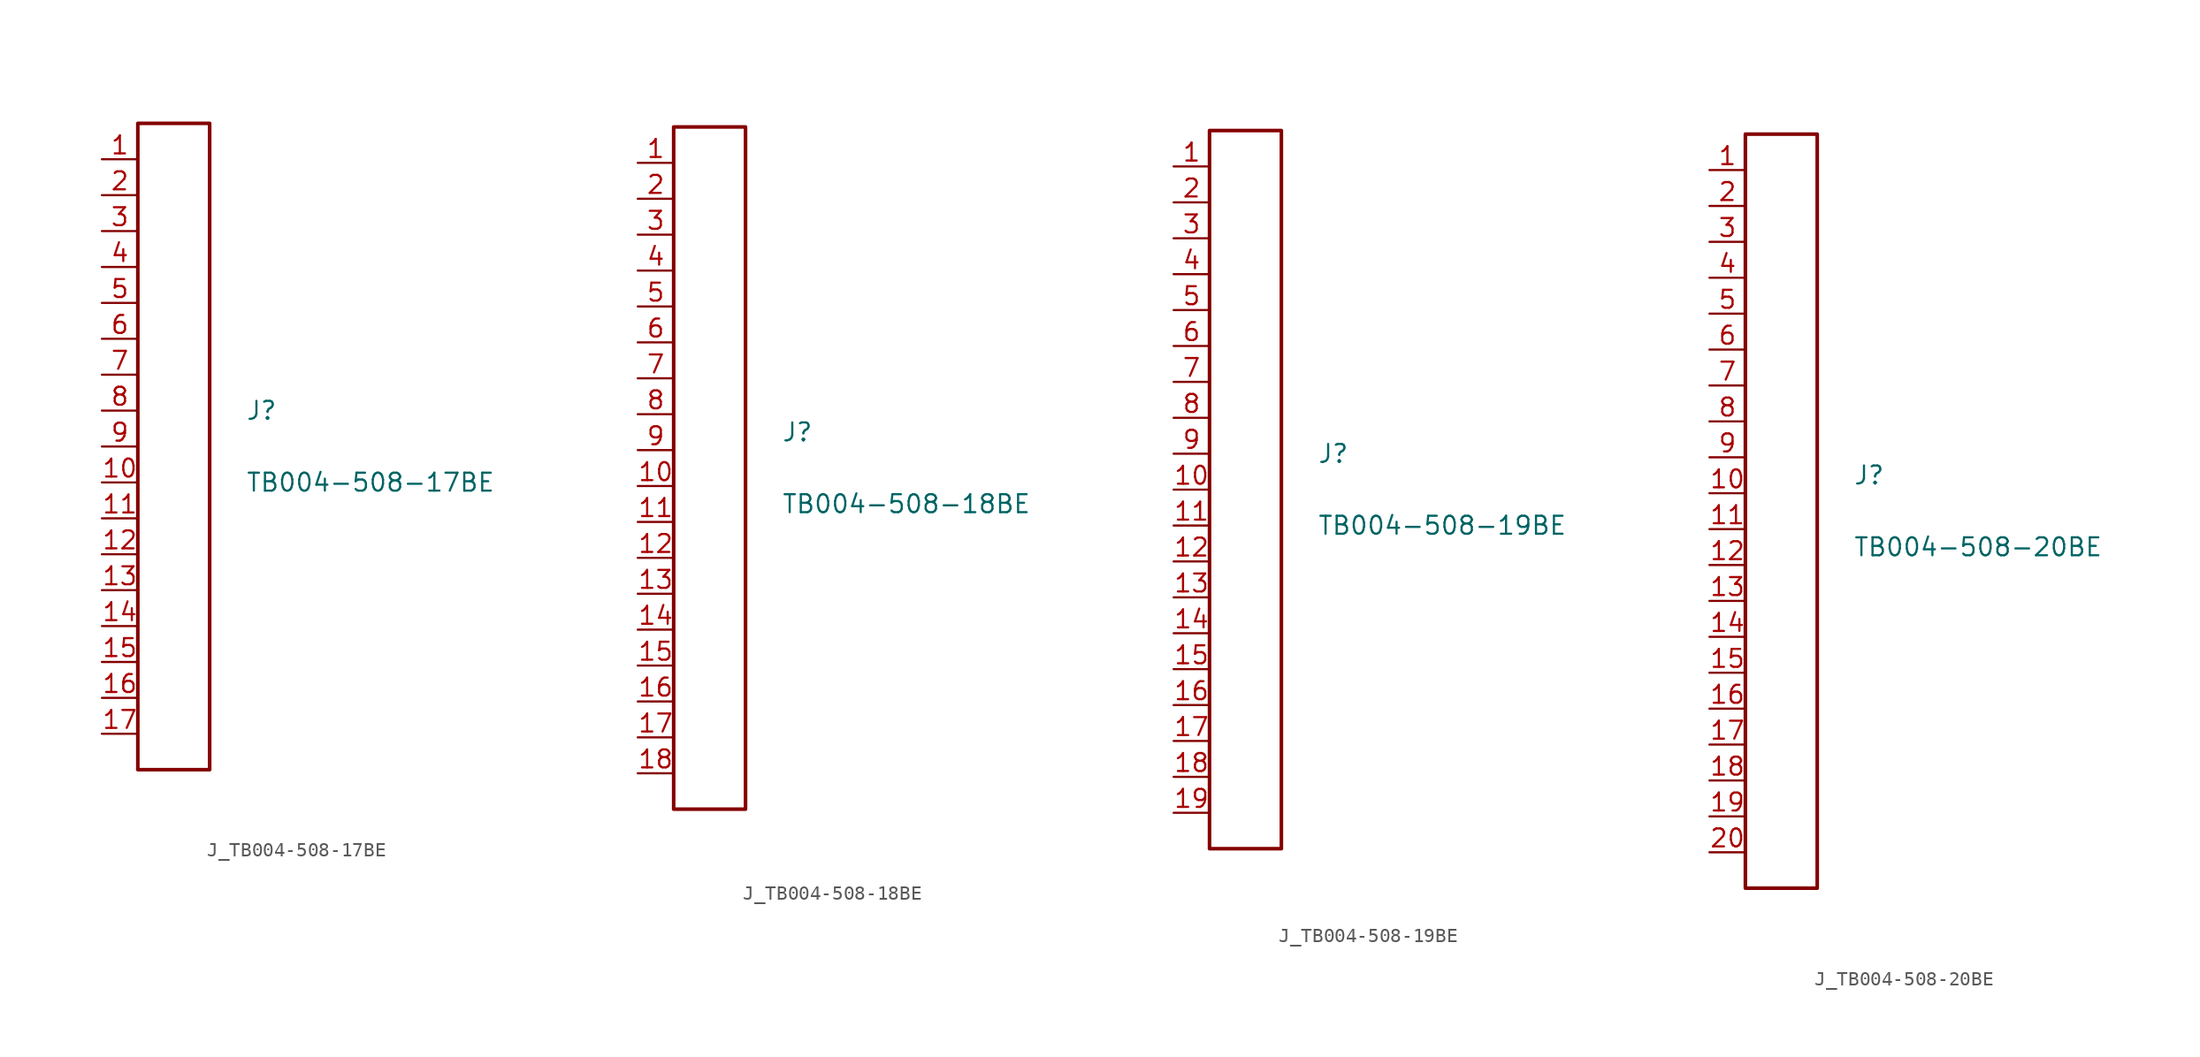
<source format=kicad_sym>
(kicad_symbol_lib
  (version 20231120)
  (generator kicad_symbol_editor)
  (generator_version 8.0)
  (symbol "J_TB004-508-17BE"
    (pin_names
      (offset 0.254))
    (property "Reference" "J"
      (at 5.08 2.54 0)
      (effects (font (size 1.27 1.27)) (justify left)))
    (property "Value" "TB004-508-17BE"
      (at 5.08 -2.54 0)
      (effects (font (size 1.27 1.27)) (justify left)))
    (symbol "J_TB004-508-17BE_0_0"
      (pin unspecified line (at -5.08 20.32 0) (length 2.54) (name "" (effects (font (size 1.27 1.27)))) (number "1" (effects (font (size 1.27 1.27)))))
      (pin unspecified line (at -5.08 17.78 0) (length 2.54) (name "" (effects (font (size 1.27 1.27)))) (number "2" (effects (font (size 1.27 1.27)))))
      (pin unspecified line (at -5.08 15.24 0) (length 2.54) (name "" (effects (font (size 1.27 1.27)))) (number "3" (effects (font (size 1.27 1.27)))))
      (pin unspecified line (at -5.08 12.7 0) (length 2.54) (name "" (effects (font (size 1.27 1.27)))) (number "4" (effects (font (size 1.27 1.27)))))
      (pin unspecified line (at -5.08 10.16 0) (length 2.54) (name "" (effects (font (size 1.27 1.27)))) (number "5" (effects (font (size 1.27 1.27)))))
      (pin unspecified line (at -5.08 7.62 0) (length 2.54) (name "" (effects (font (size 1.27 1.27)))) (number "6" (effects (font (size 1.27 1.27)))))
      (pin unspecified line (at -5.08 5.08 0) (length 2.54) (name "" (effects (font (size 1.27 1.27)))) (number "7" (effects (font (size 1.27 1.27)))))
      (pin unspecified line (at -5.08 2.54 0) (length 2.54) (name "" (effects (font (size 1.27 1.27)))) (number "8" (effects (font (size 1.27 1.27)))))
      (pin unspecified line (at -5.08 0.0 0) (length 2.54) (name "" (effects (font (size 1.27 1.27)))) (number "9" (effects (font (size 1.27 1.27)))))
      (pin unspecified line (at -5.08 -2.54 0) (length 2.54) (name "" (effects (font (size 1.27 1.27)))) (number "10" (effects (font (size 1.27 1.27)))))
      (pin unspecified line (at -5.08 -5.08 0) (length 2.54) (name "" (effects (font (size 1.27 1.27)))) (number "11" (effects (font (size 1.27 1.27)))))
      (pin unspecified line (at -5.08 -7.62 0) (length 2.54) (name "" (effects (font (size 1.27 1.27)))) (number "12" (effects (font (size 1.27 1.27)))))
      (pin unspecified line (at -5.08 -10.16 0) (length 2.54) (name "" (effects (font (size 1.27 1.27)))) (number "13" (effects (font (size 1.27 1.27)))))
      (pin unspecified line (at -5.08 -12.7 0) (length 2.54) (name "" (effects (font (size 1.27 1.27)))) (number "14" (effects (font (size 1.27 1.27)))))
      (pin unspecified line (at -5.08 -15.24 0) (length 2.54) (name "" (effects (font (size 1.27 1.27)))) (number "15" (effects (font (size 1.27 1.27)))))
      (pin unspecified line (at -5.08 -17.78 0) (length 2.54) (name "" (effects (font (size 1.27 1.27)))) (number "16" (effects (font (size 1.27 1.27)))))
      (pin unspecified line (at -5.08 -20.32 0) (length 2.54) (name "" (effects (font (size 1.27 1.27)))) (number "17" (effects (font (size 1.27 1.27))))))
    (symbol "J_TB004-508-17BE_1_0"
      (rectangle (start -2.54 22.86) (end 2.54 -22.86) (stroke (width 0.254) (type solid)) (fill (type none)))))
  (symbol "J_TB004-508-18BE"
    (pin_names
      (offset 0.254))
    (property "Reference" "J"
      (at 5.08 2.54 0)
      (effects (font (size 1.27 1.27)) (justify left)))
    (property "Value" "TB004-508-18BE"
      (at 5.08 -2.54 0)
      (effects (font (size 1.27 1.27)) (justify left)))
    (symbol "J_TB004-508-18BE_0_0"
      (pin unspecified line (at -5.08 21.59 0) (length 2.54) (name "" (effects (font (size 1.27 1.27)))) (number "1" (effects (font (size 1.27 1.27)))))
      (pin unspecified line (at -5.08 19.05 0) (length 2.54) (name "" (effects (font (size 1.27 1.27)))) (number "2" (effects (font (size 1.27 1.27)))))
      (pin unspecified line (at -5.08 16.51 0) (length 2.54) (name "" (effects (font (size 1.27 1.27)))) (number "3" (effects (font (size 1.27 1.27)))))
      (pin unspecified line (at -5.08 13.97 0) (length 2.54) (name "" (effects (font (size 1.27 1.27)))) (number "4" (effects (font (size 1.27 1.27)))))
      (pin unspecified line (at -5.08 11.43 0) (length 2.54) (name "" (effects (font (size 1.27 1.27)))) (number "5" (effects (font (size 1.27 1.27)))))
      (pin unspecified line (at -5.08 8.89 0) (length 2.54) (name "" (effects (font (size 1.27 1.27)))) (number "6" (effects (font (size 1.27 1.27)))))
      (pin unspecified line (at -5.08 6.35 0) (length 2.54) (name "" (effects (font (size 1.27 1.27)))) (number "7" (effects (font (size 1.27 1.27)))))
      (pin unspecified line (at -5.08 3.81 0) (length 2.54) (name "" (effects (font (size 1.27 1.27)))) (number "8" (effects (font (size 1.27 1.27)))))
      (pin unspecified line (at -5.08 1.27 0) (length 2.54) (name "" (effects (font (size 1.27 1.27)))) (number "9" (effects (font (size 1.27 1.27)))))
      (pin unspecified line (at -5.08 -1.27 0) (length 2.54) (name "" (effects (font (size 1.27 1.27)))) (number "10" (effects (font (size 1.27 1.27)))))
      (pin unspecified line (at -5.08 -3.81 0) (length 2.54) (name "" (effects (font (size 1.27 1.27)))) (number "11" (effects (font (size 1.27 1.27)))))
      (pin unspecified line (at -5.08 -6.35 0) (length 2.54) (name "" (effects (font (size 1.27 1.27)))) (number "12" (effects (font (size 1.27 1.27)))))
      (pin unspecified line (at -5.08 -8.89 0) (length 2.54) (name "" (effects (font (size 1.27 1.27)))) (number "13" (effects (font (size 1.27 1.27)))))
      (pin unspecified line (at -5.08 -11.43 0) (length 2.54) (name "" (effects (font (size 1.27 1.27)))) (number "14" (effects (font (size 1.27 1.27)))))
      (pin unspecified line (at -5.08 -13.97 0) (length 2.54) (name "" (effects (font (size 1.27 1.27)))) (number "15" (effects (font (size 1.27 1.27)))))
      (pin unspecified line (at -5.08 -16.51 0) (length 2.54) (name "" (effects (font (size 1.27 1.27)))) (number "16" (effects (font (size 1.27 1.27)))))
      (pin unspecified line (at -5.08 -19.05 0) (length 2.54) (name "" (effects (font (size 1.27 1.27)))) (number "17" (effects (font (size 1.27 1.27)))))
      (pin unspecified line (at -5.08 -21.59 0) (length 2.54) (name "" (effects (font (size 1.27 1.27)))) (number "18" (effects (font (size 1.27 1.27))))))
    (symbol "J_TB004-508-18BE_1_0"
      (rectangle (start -2.54 24.13) (end 2.54 -24.13) (stroke (width 0.254) (type solid)) (fill (type none)))))
  (symbol "J_TB004-508-19BE"
    (pin_names
      (offset 0.254))
    (property "Reference" "J"
      (at 5.08 2.54 0)
      (effects (font (size 1.27 1.27)) (justify left)))
    (property "Value" "TB004-508-19BE"
      (at 5.08 -2.54 0)
      (effects (font (size 1.27 1.27)) (justify left)))
    (symbol "J_TB004-508-19BE_0_0"
      (pin unspecified line (at -5.08 22.86 0) (length 2.54) (name "" (effects (font (size 1.27 1.27)))) (number "1" (effects (font (size 1.27 1.27)))))
      (pin unspecified line (at -5.08 20.32 0) (length 2.54) (name "" (effects (font (size 1.27 1.27)))) (number "2" (effects (font (size 1.27 1.27)))))
      (pin unspecified line (at -5.08 17.78 0) (length 2.54) (name "" (effects (font (size 1.27 1.27)))) (number "3" (effects (font (size 1.27 1.27)))))
      (pin unspecified line (at -5.08 15.24 0) (length 2.54) (name "" (effects (font (size 1.27 1.27)))) (number "4" (effects (font (size 1.27 1.27)))))
      (pin unspecified line (at -5.08 12.7 0) (length 2.54) (name "" (effects (font (size 1.27 1.27)))) (number "5" (effects (font (size 1.27 1.27)))))
      (pin unspecified line (at -5.08 10.16 0) (length 2.54) (name "" (effects (font (size 1.27 1.27)))) (number "6" (effects (font (size 1.27 1.27)))))
      (pin unspecified line (at -5.08 7.62 0) (length 2.54) (name "" (effects (font (size 1.27 1.27)))) (number "7" (effects (font (size 1.27 1.27)))))
      (pin unspecified line (at -5.08 5.08 0) (length 2.54) (name "" (effects (font (size 1.27 1.27)))) (number "8" (effects (font (size 1.27 1.27)))))
      (pin unspecified line (at -5.08 2.54 0) (length 2.54) (name "" (effects (font (size 1.27 1.27)))) (number "9" (effects (font (size 1.27 1.27)))))
      (pin unspecified line (at -5.08 0.0 0) (length 2.54) (name "" (effects (font (size 1.27 1.27)))) (number "10" (effects (font (size 1.27 1.27)))))
      (pin unspecified line (at -5.08 -2.54 0) (length 2.54) (name "" (effects (font (size 1.27 1.27)))) (number "11" (effects (font (size 1.27 1.27)))))
      (pin unspecified line (at -5.08 -5.08 0) (length 2.54) (name "" (effects (font (size 1.27 1.27)))) (number "12" (effects (font (size 1.27 1.27)))))
      (pin unspecified line (at -5.08 -7.62 0) (length 2.54) (name "" (effects (font (size 1.27 1.27)))) (number "13" (effects (font (size 1.27 1.27)))))
      (pin unspecified line (at -5.08 -10.16 0) (length 2.54) (name "" (effects (font (size 1.27 1.27)))) (number "14" (effects (font (size 1.27 1.27)))))
      (pin unspecified line (at -5.08 -12.7 0) (length 2.54) (name "" (effects (font (size 1.27 1.27)))) (number "15" (effects (font (size 1.27 1.27)))))
      (pin unspecified line (at -5.08 -15.24 0) (length 2.54) (name "" (effects (font (size 1.27 1.27)))) (number "16" (effects (font (size 1.27 1.27)))))
      (pin unspecified line (at -5.08 -17.78 0) (length 2.54) (name "" (effects (font (size 1.27 1.27)))) (number "17" (effects (font (size 1.27 1.27)))))
      (pin unspecified line (at -5.08 -20.32 0) (length 2.54) (name "" (effects (font (size 1.27 1.27)))) (number "18" (effects (font (size 1.27 1.27)))))
      (pin unspecified line (at -5.08 -22.86 0) (length 2.54) (name "" (effects (font (size 1.27 1.27)))) (number "19" (effects (font (size 1.27 1.27))))))
    (symbol "J_TB004-508-19BE_1_0"
      (rectangle (start -2.54 25.4) (end 2.54 -25.4) (stroke (width 0.254) (type solid)) (fill (type none)))))
  (symbol "J_TB004-508-20BE"
    (pin_names
      (offset 0.254))
    (property "Reference" "J"
      (at 5.08 2.54 0)
      (effects (font (size 1.27 1.27)) (justify left)))
    (property "Value" "TB004-508-20BE"
      (at 5.08 -2.54 0)
      (effects (font (size 1.27 1.27)) (justify left)))
    (symbol "J_TB004-508-20BE_0_0"
      (pin unspecified line (at -5.08 24.13 0) (length 2.54) (name "" (effects (font (size 1.27 1.27)))) (number "1" (effects (font (size 1.27 1.27)))))
      (pin unspecified line (at -5.08 21.59 0) (length 2.54) (name "" (effects (font (size 1.27 1.27)))) (number "2" (effects (font (size 1.27 1.27)))))
      (pin unspecified line (at -5.08 19.05 0) (length 2.54) (name "" (effects (font (size 1.27 1.27)))) (number "3" (effects (font (size 1.27 1.27)))))
      (pin unspecified line (at -5.08 16.51 0) (length 2.54) (name "" (effects (font (size 1.27 1.27)))) (number "4" (effects (font (size 1.27 1.27)))))
      (pin unspecified line (at -5.08 13.97 0) (length 2.54) (name "" (effects (font (size 1.27 1.27)))) (number "5" (effects (font (size 1.27 1.27)))))
      (pin unspecified line (at -5.08 11.43 0) (length 2.54) (name "" (effects (font (size 1.27 1.27)))) (number "6" (effects (font (size 1.27 1.27)))))
      (pin unspecified line (at -5.08 8.89 0) (length 2.54) (name "" (effects (font (size 1.27 1.27)))) (number "7" (effects (font (size 1.27 1.27)))))
      (pin unspecified line (at -5.08 6.35 0) (length 2.54) (name "" (effects (font (size 1.27 1.27)))) (number "8" (effects (font (size 1.27 1.27)))))
      (pin unspecified line (at -5.08 3.81 0) (length 2.54) (name "" (effects (font (size 1.27 1.27)))) (number "9" (effects (font (size 1.27 1.27)))))
      (pin unspecified line (at -5.08 1.27 0) (length 2.54) (name "" (effects (font (size 1.27 1.27)))) (number "10" (effects (font (size 1.27 1.27)))))
      (pin unspecified line (at -5.08 -1.27 0) (length 2.54) (name "" (effects (font (size 1.27 1.27)))) (number "11" (effects (font (size 1.27 1.27)))))
      (pin unspecified line (at -5.08 -3.81 0) (length 2.54) (name "" (effects (font (size 1.27 1.27)))) (number "12" (effects (font (size 1.27 1.27)))))
      (pin unspecified line (at -5.08 -6.35 0) (length 2.54) (name "" (effects (font (size 1.27 1.27)))) (number "13" (effects (font (size 1.27 1.27)))))
      (pin unspecified line (at -5.08 -8.89 0) (length 2.54) (name "" (effects (font (size 1.27 1.27)))) (number "14" (effects (font (size 1.27 1.27)))))
      (pin unspecified line (at -5.08 -11.43 0) (length 2.54) (name "" (effects (font (size 1.27 1.27)))) (number "15" (effects (font (size 1.27 1.27)))))
      (pin unspecified line (at -5.08 -13.97 0) (length 2.54) (name "" (effects (font (size 1.27 1.27)))) (number "16" (effects (font (size 1.27 1.27)))))
      (pin unspecified line (at -5.08 -16.51 0) (length 2.54) (name "" (effects (font (size 1.27 1.27)))) (number "17" (effects (font (size 1.27 1.27)))))
      (pin unspecified line (at -5.08 -19.05 0) (length 2.54) (name "" (effects (font (size 1.27 1.27)))) (number "18" (effects (font (size 1.27 1.27)))))
      (pin unspecified line (at -5.08 -21.59 0) (length 2.54) (name "" (effects (font (size 1.27 1.27)))) (number "19" (effects (font (size 1.27 1.27)))))
      (pin unspecified line (at -5.08 -24.13 0) (length 2.54) (name "" (effects (font (size 1.27 1.27)))) (number "20" (effects (font (size 1.27 1.27))))))
    (symbol "J_TB004-508-20BE_1_0"
      (rectangle (start -2.54 26.67) (end 2.54 -26.67) (stroke (width 0.254) (type solid)) (fill (type none))))))
</source>
